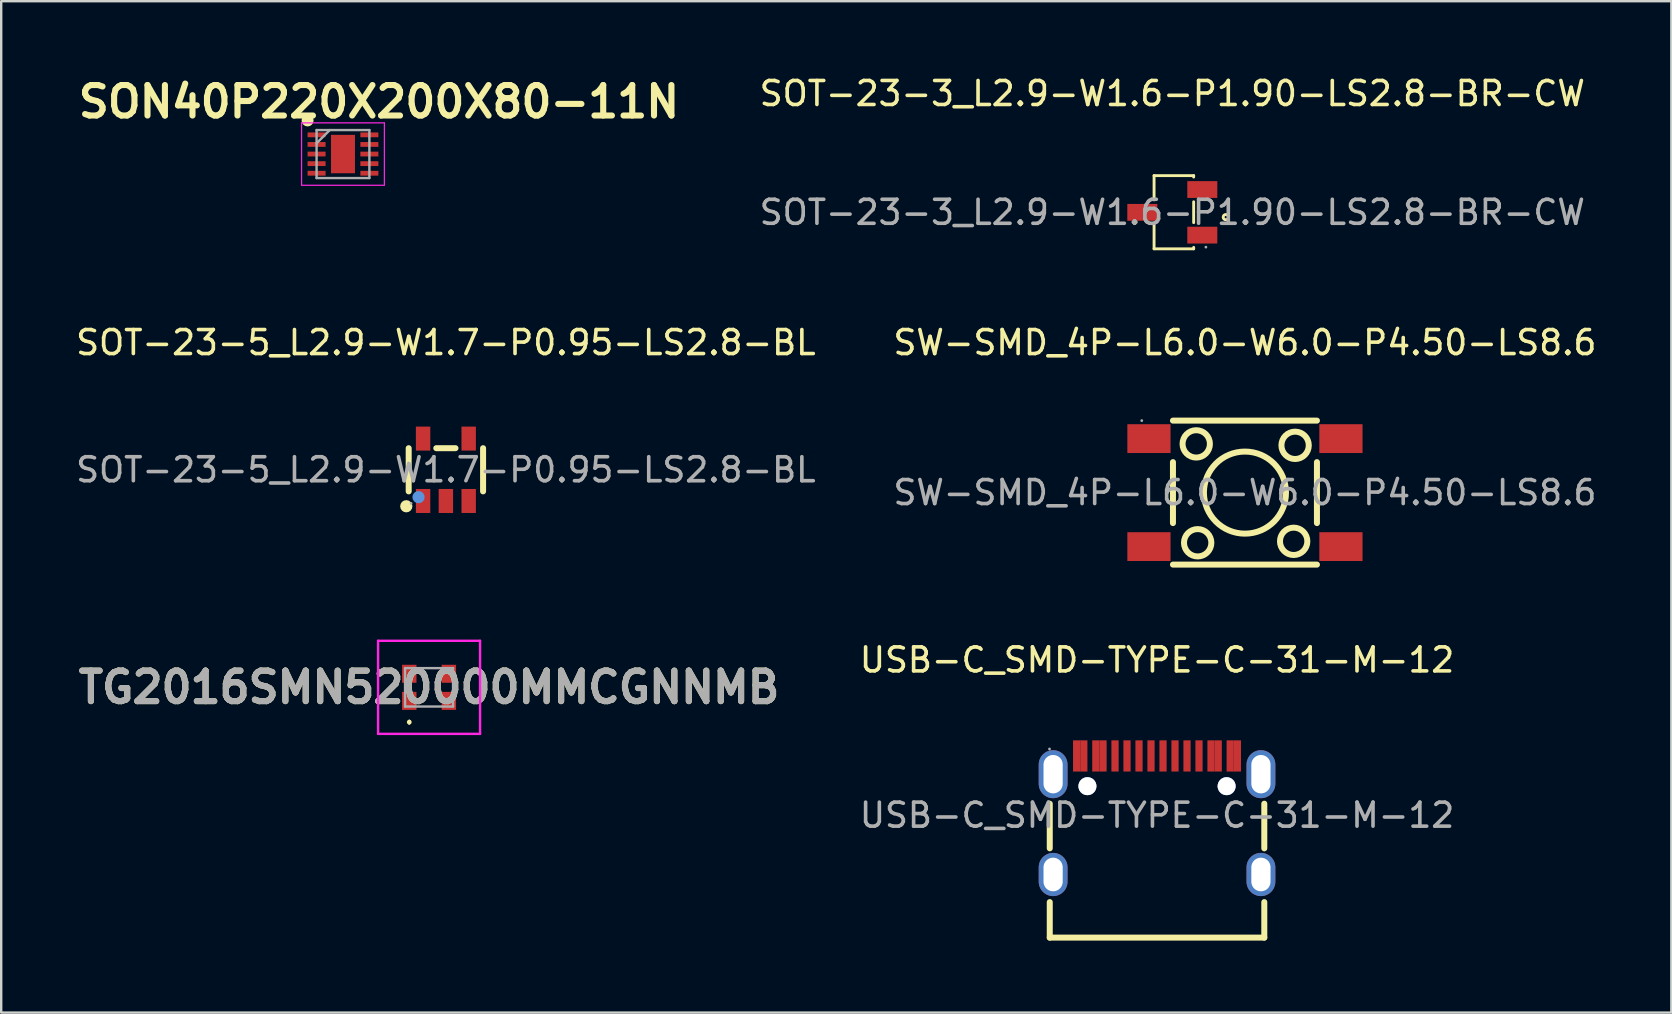
<source format=kicad_pcb>
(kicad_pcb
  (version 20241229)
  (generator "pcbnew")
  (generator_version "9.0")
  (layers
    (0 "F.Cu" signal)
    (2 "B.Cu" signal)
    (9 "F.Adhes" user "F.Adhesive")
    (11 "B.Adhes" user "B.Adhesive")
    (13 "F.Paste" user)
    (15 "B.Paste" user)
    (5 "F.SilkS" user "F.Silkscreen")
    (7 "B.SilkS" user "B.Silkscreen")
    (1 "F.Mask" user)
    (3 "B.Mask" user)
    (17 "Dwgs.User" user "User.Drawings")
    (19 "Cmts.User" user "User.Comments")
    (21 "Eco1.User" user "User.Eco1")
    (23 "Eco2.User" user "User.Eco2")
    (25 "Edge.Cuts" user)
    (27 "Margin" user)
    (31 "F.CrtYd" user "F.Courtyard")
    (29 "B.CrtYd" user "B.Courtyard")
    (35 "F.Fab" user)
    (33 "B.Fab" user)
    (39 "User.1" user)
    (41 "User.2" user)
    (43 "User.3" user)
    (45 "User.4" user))
  (footprint "SOT-23-5_L2.9-W1.7-P0.95-LS2.8-BL"
    (layer "F.Cu")
    (at 15.53 16.526)
    (property "Reference" "SOT-23-5_L2.9-W1.7-P0.95-LS2.8-BL" (at 0 -5.3 0) (layer "F.SilkS") (effects (font (size 1 1) (thickness 0.15))))
    (attr smd)
    (fp_line (start -1.55 -0.9) (end -1.55 0.9) (stroke (width 0.25) (type solid)) (layer "F.SilkS"))
    (fp_line (start -0.4 -0.9) (end 0.4 -0.9) (stroke (width 0.25) (type solid)) (layer "F.SilkS"))
    (fp_line (start 1.55 -0.9) (end 1.55 0.9) (stroke (width 0.25) (type solid)) (layer "F.SilkS"))
    (fp_circle (center -1.65 1.52) (end -1.52 1.52) (stroke (width 0.25) (type solid)) (fill no) (layer "F.SilkS"))
    (fp_circle (center -1.14 1.14) (end -1.01 1.14) (stroke (width 0.25) (type solid)) (fill no) (layer "Cmts.User"))
    (fp_circle (center -1.45 1.4) (end -1.42 1.4) (stroke (width 0.06) (type solid)) (fill no) (layer "F.Fab"))
    (fp_text user "${REFERENCE}" (at 0 0 0) (layer "F.Fab") (effects (font (size 1 1) (thickness 0.15))))
    (pad "1" smd rect (at -0.95 1.3 270) (size 1 0.6) (layers "F.Cu" "F.Mask" "F.Paste"))
    (pad "2" smd rect (at 0 1.3 270) (size 1 0.6) (layers "F.Cu" "F.Mask" "F.Paste"))
    (pad "3" smd rect (at 0.95 1.3 270) (size 1 0.6) (layers "F.Cu" "F.Mask" "F.Paste"))
    (pad "4" smd rect (at 0.95 -1.3 270) (size 1 0.6) (layers "F.Cu" "F.Mask" "F.Paste"))
    (pad "5" smd rect (at -0.95 -1.3 270) (size 1 0.6) (layers "F.Cu" "F.Mask" "F.Paste")))
  (footprint "USB-C_SMD-TYPE-C-31-M-12"
    (layer "F.Cu")
    (at 45.163 30.92)
    (property "Reference" "USB-C_SMD-TYPE-C-31-M-12" (at 0 -6.47 0) (layer "F.SilkS") (effects (font (size 1 1) (thickness 0.15))))
    (attr smd)
    (fp_line (start -4.47 1.38) (end -4.47 -0.48) (stroke (width 0.25) (type solid)) (layer "F.SilkS"))
    (fp_line (start -4.47 5.1) (end -4.47 3.62) (stroke (width 0.25) (type solid)) (layer "F.SilkS"))
    (fp_line (start 4.47 1.38) (end 4.47 -0.48) (stroke (width 0.25) (type solid)) (layer "F.SilkS"))
    (fp_line (start 4.47 5.1) (end -4.47 5.1) (stroke (width 0.25) (type solid)) (layer "F.SilkS"))
    (fp_line (start 4.47 5.1) (end 4.47 3.62) (stroke (width 0.25) (type solid)) (layer "F.SilkS"))
    (fp_circle (center -2.9 -1.21) (end -2.78 -1.21) (stroke (width 0.25) (type solid)) (fill no) (layer "Cmts.User"))
    (fp_circle (center 2.9 -1.21) (end 3.02 -1.21) (stroke (width 0.25) (type solid)) (fill no) (layer "Cmts.User"))
    (fp_circle (center -4.48 -2.76) (end -4.45 -2.76) (stroke (width 0.06) (type solid)) (fill no) (layer "F.Fab"))
    (fp_text user "${REFERENCE}" (at 0 0 0) (layer "F.Fab") (effects (font (size 1 1) (thickness 0.15))))
    (pad "" thru_hole circle (at -2.9 -1.21) (size 0.75 0.75) (drill 0.75) (layers "*.Cu" "*.Mask"))
    (pad "" thru_hole circle (at 2.9 -1.21) (size 0.75 0.75) (drill 0.75) (layers "*.Cu" "*.Mask"))
    (pad "0" thru_hole oval (at -4.33 -1.71) (size 1.2 2) (drill oval 0.8 1.6) (layers "*.Cu" "*.Mask"))
    (pad "1" thru_hole oval (at 4.33 -1.71) (size 1.2 2) (drill oval 0.8 1.6) (layers "*.Cu" "*.Mask"))
    (pad "2" thru_hole oval (at 4.33 2.47) (size 1.2 1.8) (drill oval 0.8 1.4) (layers "*.Cu" "*.Mask"))
    (pad "3" thru_hole oval (at -4.33 2.47) (size 1.2 1.8) (drill oval 0.8 1.4) (layers "*.Cu" "*.Mask"))
    (pad "A1" smd rect (at -3.35 -2.47) (size 0.3 1.3) (layers "F.Cu" "F.Mask" "F.Paste"))
    (pad "A4" smd rect (at -2.55 -2.47) (size 0.3 1.3) (layers "F.Cu" "F.Mask" "F.Paste"))
    (pad "A5" smd rect (at -1.25 -2.47) (size 0.3 1.3) (layers "F.Cu" "F.Mask" "F.Paste"))
    (pad "A6" smd rect (at -0.25 -2.47) (size 0.3 1.3) (layers "F.Cu" "F.Mask" "F.Paste"))
    (pad "A7" smd rect (at 0.25 -2.47) (size 0.3 1.3) (layers "F.Cu" "F.Mask" "F.Paste"))
    (pad "A8" smd rect (at 1.25 -2.47) (size 0.3 1.3) (layers "F.Cu" "F.Mask" "F.Paste"))
    (pad "A9" smd rect (at 2.55 -2.47) (size 0.3 1.3) (layers "F.Cu" "F.Mask" "F.Paste"))
    (pad "A12" smd rect (at 3.35 -2.47) (size 0.3 1.3) (layers "F.Cu" "F.Mask" "F.Paste"))
    (pad "B1" smd rect (at 3.05 -2.47) (size 0.3 1.3) (layers "F.Cu" "F.Mask" "F.Paste"))
    (pad "B4" smd rect (at 2.25 -2.47) (size 0.3 1.3) (layers "F.Cu" "F.Mask" "F.Paste"))
    (pad "B5" smd rect (at 1.75 -2.47) (size 0.3 1.3) (layers "F.Cu" "F.Mask" "F.Paste"))
    (pad "B6" smd rect (at 0.75 -2.47) (size 0.3 1.3) (layers "F.Cu" "F.Mask" "F.Paste"))
    (pad "B7" smd rect (at -0.75 -2.47) (size 0.3 1.3) (layers "F.Cu" "F.Mask" "F.Paste"))
    (pad "B8" smd rect (at -1.75 -2.47) (size 0.3 1.3) (layers "F.Cu" "F.Mask" "F.Paste"))
    (pad "B9" smd rect (at -2.25 -2.47) (size 0.3 1.3) (layers "F.Cu" "F.Mask" "F.Paste"))
    (pad "B12" smd rect (at -3.05 -2.47) (size 0.3 1.3) (layers "F.Cu" "F.Mask" "F.Paste")))
  (footprint "TG2016SMN520000MMCGNNMB"
    (layer "F.Cu")
    (at 14.829 25.591)
    (property "Reference" "TG2016SMN520000MMCGNNMB" (at 0 0 0) (layer "F.SilkS") (effects (font (size 1.27 1.27) (thickness 0.254))))
    (attr smd)
    (fp_line (start -0.825 1.4) (end -0.825 1.4) (stroke (width 0.1) (type solid)) (layer "F.SilkS"))
    (fp_line (start -0.825 1.5) (end -0.825 1.5) (stroke (width 0.1) (type solid)) (layer "F.SilkS"))
    (fp_arc (start -0.825 1.4) (mid -0.775 1.45) (end -0.825 1.5) (stroke (width 0.1) (type solid)) (layer "F.SilkS"))
    (fp_arc (start -0.825 1.5) (mid -0.875 1.45) (end -0.825 1.4) (stroke (width 0.1) (type solid)) (layer "F.SilkS"))
    (fp_line (start -2.125 -1.94) (end 2.125 -1.94) (stroke (width 0.1) (type solid)) (layer "F.CrtYd"))
    (fp_line (start -2.125 1.94) (end -2.125 -1.94) (stroke (width 0.1) (type solid)) (layer "F.CrtYd"))
    (fp_line (start 2.125 -1.94) (end 2.125 1.94) (stroke (width 0.1) (type solid)) (layer "F.CrtYd"))
    (fp_line (start 2.125 1.94) (end -2.125 1.94) (stroke (width 0.1) (type solid)) (layer "F.CrtYd"))
    (fp_line (start -1 -0.8) (end 1 -0.8) (stroke (width 0.1) (type solid)) (layer "F.Fab"))
    (fp_line (start -1 0.8) (end -1 -0.8) (stroke (width 0.1) (type solid)) (layer "F.Fab"))
    (fp_line (start 1 -0.8) (end 1 0.8) (stroke (width 0.1) (type solid)) (layer "F.Fab"))
    (fp_line (start 1 0.8) (end -1 0.8) (stroke (width 0.1) (type solid)) (layer "F.Fab"))
    (fp_text user "${REFERENCE}" (at 0 0 0) (layer "F.Fab") (effects (font (size 1.27 1.27) (thickness 0.254))))
    (pad "1" smd rect (at -0.825 0.565) (size 0.6 0.75) (layers "F.Cu" "F.Mask" "F.Paste"))
    (pad "2" smd rect (at 0.825 0.565) (size 0.6 0.75) (layers "F.Cu" "F.Mask" "F.Paste"))
    (pad "3" smd rect (at 0.825 -0.565) (size 0.6 0.75) (layers "F.Cu" "F.Mask" "F.Paste"))
    (pad "4" smd rect (at -0.825 -0.565) (size 0.6 0.75) (layers "F.Cu" "F.Mask" "F.Paste")))
  (footprint "SW-SMD_4P-L6.0-W6.0-P4.50-LS8.6"
    (layer "F.Cu")
    (at 48.827 17.477)
    (property "Reference" "SW-SMD_4P-L6.0-W6.0-P4.50-LS8.6" (at 0 -6.25 0) (layer "F.SilkS") (effects (font (size 1 1) (thickness 0.15))))
    (attr smd)
    (fp_line (start -3 -3) (end 3 -3) (stroke (width 0.25) (type solid)) (layer "F.SilkS"))
    (fp_line (start -3 -1.27) (end -3 1.27) (stroke (width 0.25) (type solid)) (layer "F.SilkS"))
    (fp_line (start -3 3) (end 3 3) (stroke (width 0.25) (type solid)) (layer "F.SilkS"))
    (fp_line (start 3 -1.27) (end 3 1.27) (stroke (width 0.25) (type solid)) (layer "F.SilkS"))
    (fp_circle (center -2.03 -2.03) (end -1.46 -2.03) (stroke (width 0.25) (type solid)) (fill no) (layer "F.SilkS"))
    (fp_circle (center -1.97 2.09) (end -1.4 2.09) (stroke (width 0.25) (type solid)) (fill no) (layer "F.SilkS"))
    (fp_circle (center 0 0) (end 1.71 0) (stroke (width 0.25) (type solid)) (fill no) (layer "F.SilkS"))
    (fp_circle (center 2.03 2.03) (end 2.6 2.03) (stroke (width 0.25) (type solid)) (fill no) (layer "F.SilkS"))
    (fp_circle (center 2.09 -1.97) (end 2.66 -1.97) (stroke (width 0.25) (type solid)) (fill no) (layer "F.SilkS"))
    (fp_circle (center -4.3 -3) (end -4.27 -3) (stroke (width 0.06) (type solid)) (fill no) (layer "F.Fab"))
    (fp_text user "${REFERENCE}" (at 0 0 0) (layer "F.Fab") (effects (font (size 1 1) (thickness 0.15))))
    (pad "1" smd rect (at -4 -2.25) (size 1.8 1.2) (layers "F.Cu" "F.Mask" "F.Paste"))
    (pad "2" smd rect (at 4 -2.25) (size 1.8 1.2) (layers "F.Cu" "F.Mask" "F.Paste"))
    (pad "3" smd rect (at -4 2.25) (size 1.8 1.2) (layers "F.Cu" "F.Mask" "F.Paste"))
    (pad "4" smd rect (at 4 2.25) (size 1.8 1.2) (layers "F.Cu" "F.Mask" "F.Paste")))
  (footprint "SON40P220X200X80-11N"
    (layer "F.Cu")
    (at 11.242 3.369)
    (property "Reference" "SON40P220X200X80-11N" (at 1.5 -2.18 0) (layer "F.SilkS") (effects (font (size 1.27 1.27) (thickness 0.254))))
    (attr smd)
    (fp_circle (center -1.475 -1.4) (end -1.475 -1.275) (stroke (width 0.25) (type solid)) (fill no) (layer "F.SilkS"))
    (fp_line (start -1.725 -1.3) (end 1.725 -1.3) (stroke (width 0.05) (type solid)) (layer "F.CrtYd"))
    (fp_line (start -1.725 1.3) (end -1.725 -1.3) (stroke (width 0.05) (type solid)) (layer "F.CrtYd"))
    (fp_line (start 1.725 -1.3) (end 1.725 1.3) (stroke (width 0.05) (type solid)) (layer "F.CrtYd"))
    (fp_line (start 1.725 1.3) (end -1.725 1.3) (stroke (width 0.05) (type solid)) (layer "F.CrtYd"))
    (fp_line (start -1.1 -1) (end 1.1 -1) (stroke (width 0.1) (type solid)) (layer "F.Fab"))
    (fp_line (start -1.1 -0.45) (end -0.55 -1) (stroke (width 0.1) (type solid)) (layer "F.Fab"))
    (fp_line (start -1.1 1) (end -1.1 -1) (stroke (width 0.1) (type solid)) (layer "F.Fab"))
    (fp_line (start 1.1 -1) (end 1.1 1) (stroke (width 0.1) (type solid)) (layer "F.Fab"))
    (fp_line (start 1.1 1) (end -1.1 1) (stroke (width 0.1) (type solid)) (layer "F.Fab"))
    (pad "1" smd rect (at -1.1 -0.8 90) (size 0.2 0.75) (layers "F.Cu" "F.Mask" "F.Paste"))
    (pad "2" smd rect (at -1.1 -0.4 90) (size 0.2 0.75) (layers "F.Cu" "F.Mask" "F.Paste"))
    (pad "3" smd rect (at -1.1 0 90) (size 0.2 0.75) (layers "F.Cu" "F.Mask" "F.Paste"))
    (pad "4" smd rect (at -1.1 0.4 90) (size 0.2 0.75) (layers "F.Cu" "F.Mask" "F.Paste"))
    (pad "5" smd rect (at -1.1 0.8 90) (size 0.2 0.75) (layers "F.Cu" "F.Mask" "F.Paste"))
    (pad "6" smd rect (at 1.1 0.8 90) (size 0.2 0.75) (layers "F.Cu" "F.Mask" "F.Paste"))
    (pad "7" smd rect (at 1.1 0.4 90) (size 0.2 0.75) (layers "F.Cu" "F.Mask" "F.Paste"))
    (pad "8" smd rect (at 1.1 0 90) (size 0.2 0.75) (layers "F.Cu" "F.Mask" "F.Paste"))
    (pad "9" smd rect (at 1.1 -0.4 90) (size 0.2 0.75) (layers "F.Cu" "F.Mask" "F.Paste"))
    (pad "10" smd rect (at 1.1 -0.8 90) (size 0.2 0.75) (layers "F.Cu" "F.Mask" "F.Paste"))
    (pad "11" smd rect (at 0 0) (size 1 1.6) (layers "F.Cu" "F.Mask" "F.Paste")))
  (footprint "SOT-23-3_L2.9-W1.6-P1.90-LS2.8-BR-CW"
    (layer "F.Cu")
    (at 45.8 5.798)
    (property "Reference" "SOT-23-3_L2.9-W1.6-P1.90-LS2.8-BR-CW" (at 0 -4.95 0) (layer "F.SilkS") (effects (font (size 1 1) (thickness 0.15))))
    (attr smd)
    (fp_line (start -0.76 -1.53) (end 0.89 -1.53) (stroke (width 0.12) (type solid)) (layer "F.SilkS"))
    (fp_line (start -0.76 -0.52) (end -0.76 -1.53) (stroke (width 0.12) (type solid)) (layer "F.SilkS"))
    (fp_line (start -0.76 1.52) (end -0.76 0.51) (stroke (width 0.12) (type solid)) (layer "F.SilkS"))
    (fp_line (start 0.89 -1.53) (end 0.89 -1.47) (stroke (width 0.12) (type solid)) (layer "F.SilkS"))
    (fp_line (start 0.89 -0.44) (end 0.89 0.43) (stroke (width 0.12) (type solid)) (layer "F.SilkS"))
    (fp_line (start 0.89 1.46) (end 0.89 1.52) (stroke (width 0.12) (type solid)) (layer "F.SilkS"))
    (fp_line (start 0.89 1.52) (end -0.76 1.52) (stroke (width 0.12) (type solid)) (layer "F.SilkS"))
    (fp_circle (center 2.23 0.2) (end 2.28 0.2) (stroke (width 0.12) (type solid)) (fill no) (layer "F.SilkS"))
    (fp_circle (center 1.4 1.45) (end 1.43 1.45) (stroke (width 0.06) (type solid)) (fill no) (layer "F.Fab"))
    (fp_text user "${REFERENCE}" (at 0 0 0) (layer "F.Fab") (effects (font (size 1 1) (thickness 0.15))))
    (pad "1" smd rect (at 1.25 0.95 270) (size 0.7 1.25) (layers "F.Cu" "F.Mask" "F.Paste"))
    (pad "2" smd rect (at -1.25 0 270) (size 0.7 1.25) (layers "F.Cu" "F.Mask" "F.Paste"))
    (pad "3" smd rect (at 1.25 -0.95 270) (size 0.7 1.25) (layers "F.Cu" "F.Mask" "F.Paste")))
  (gr_rect
    (start -3 -3)
    (end 66.595 39.145)
    (stroke (width 0.1) (type default))
    (fill no)
    (layer "Edge.Cuts")))
</source>
